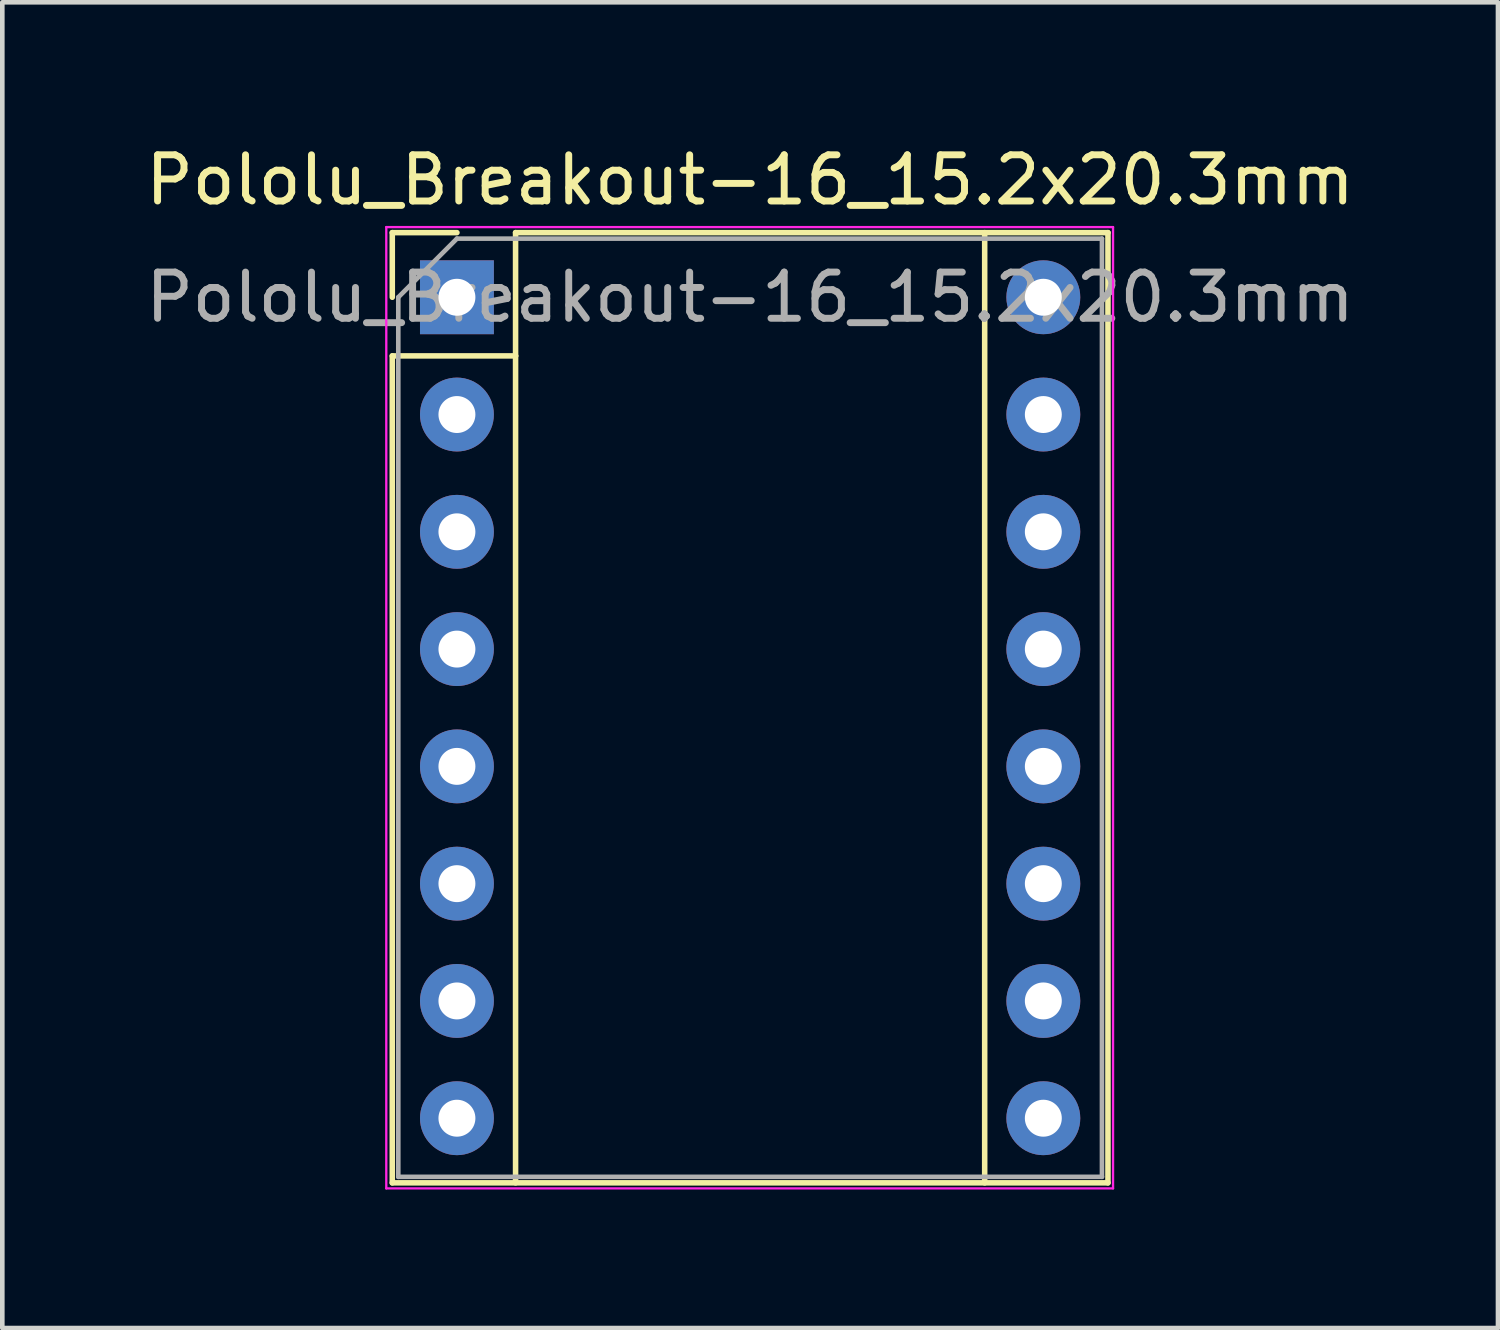
<source format=kicad_pcb>
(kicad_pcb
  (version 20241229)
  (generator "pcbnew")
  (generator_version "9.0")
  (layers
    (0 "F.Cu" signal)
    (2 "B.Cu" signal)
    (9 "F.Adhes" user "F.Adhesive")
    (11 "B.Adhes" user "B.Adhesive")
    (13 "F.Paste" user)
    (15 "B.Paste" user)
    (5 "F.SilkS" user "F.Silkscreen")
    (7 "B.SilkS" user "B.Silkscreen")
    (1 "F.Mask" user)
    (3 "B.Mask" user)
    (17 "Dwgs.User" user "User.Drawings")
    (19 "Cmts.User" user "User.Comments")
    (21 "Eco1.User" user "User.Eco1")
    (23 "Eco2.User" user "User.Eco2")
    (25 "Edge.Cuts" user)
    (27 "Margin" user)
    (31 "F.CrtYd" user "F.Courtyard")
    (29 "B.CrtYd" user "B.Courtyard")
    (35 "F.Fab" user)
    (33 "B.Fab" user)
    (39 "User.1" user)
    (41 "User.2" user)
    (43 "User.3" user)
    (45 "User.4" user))
  (footprint "Pololu_Breakout-16_15.2x20.3mm"
    (layer "F.Cu")
    (at 6.846 3.388)
    (property "Reference" "Pololu_Breakout-16_15.2x20.3mm" (at 6.35 -2.54 0) (layer "F.SilkS") (effects (font (size 1 1) (thickness 0.15))))
    (attr through_hole)
    (fp_line (start -1.4 -1.4) (end -1.4 0) (stroke (width 0.12) (type solid)) (layer "F.SilkS"))
    (fp_line (start -1.4 1.27) (end -1.4 19.18) (stroke (width 0.12) (type solid)) (layer "F.SilkS"))
    (fp_line (start -1.4 19.18) (end 14.1 19.18) (stroke (width 0.12) (type solid)) (layer "F.SilkS"))
    (fp_line (start 0 -1.4) (end -1.4 -1.4) (stroke (width 0.12) (type solid)) (layer "F.SilkS"))
    (fp_line (start 1.27 -1.4) (end 1.27 1.27) (stroke (width 0.12) (type solid)) (layer "F.SilkS"))
    (fp_line (start 1.27 1.27) (end -1.4 1.27) (stroke (width 0.12) (type solid)) (layer "F.SilkS"))
    (fp_line (start 1.27 1.27) (end 1.27 19.18) (stroke (width 0.12) (type solid)) (layer "F.SilkS"))
    (fp_line (start 11.43 -1.4) (end 11.43 19.18) (stroke (width 0.12) (type solid)) (layer "F.SilkS"))
    (fp_line (start 14.1 -1.4) (end 1.27 -1.4) (stroke (width 0.12) (type solid)) (layer "F.SilkS"))
    (fp_line (start 14.1 19.18) (end 14.1 -1.4) (stroke (width 0.12) (type solid)) (layer "F.SilkS"))
    (fp_line (start -1.53 -1.52) (end -1.53 19.3) (stroke (width 0.05) (type solid)) (layer "F.CrtYd"))
    (fp_line (start -1.53 -1.52) (end 14.21 -1.52) (stroke (width 0.05) (type solid)) (layer "F.CrtYd"))
    (fp_line (start 14.21 19.3) (end -1.53 19.3) (stroke (width 0.05) (type solid)) (layer "F.CrtYd"))
    (fp_line (start 14.21 19.3) (end 14.21 -1.52) (stroke (width 0.05) (type solid)) (layer "F.CrtYd"))
    (fp_line (start -1.27 0) (end 0 -1.27) (stroke (width 0.1) (type solid)) (layer "F.Fab"))
    (fp_line (start -1.27 19.05) (end -1.27 0) (stroke (width 0.1) (type solid)) (layer "F.Fab"))
    (fp_line (start 0 -1.27) (end 13.97 -1.27) (stroke (width 0.1) (type solid)) (layer "F.Fab"))
    (fp_line (start 13.97 -1.27) (end 13.97 19.05) (stroke (width 0.1) (type solid)) (layer "F.Fab"))
    (fp_line (start 13.97 19.05) (end -1.27 19.05) (stroke (width 0.1) (type solid)) (layer "F.Fab"))
    (fp_text user "${REFERENCE}" (at 6.35 0 0) (layer "F.Fab") (effects (font (size 1 1) (thickness 0.15))))
    (pad "1" thru_hole rect (at 0 0) (size 1.6 1.6) (drill 0.8) (layers "*.Cu" "*.Mask"))
    (pad "2" thru_hole oval (at 0 2.54) (size 1.6 1.6) (drill 0.8) (layers "*.Cu" "*.Mask"))
    (pad "3" thru_hole oval (at 0 5.08) (size 1.6 1.6) (drill 0.8) (layers "*.Cu" "*.Mask"))
    (pad "4" thru_hole oval (at 0 7.62) (size 1.6 1.6) (drill 0.8) (layers "*.Cu" "*.Mask"))
    (pad "5" thru_hole oval (at 0 10.16) (size 1.6 1.6) (drill 0.8) (layers "*.Cu" "*.Mask"))
    (pad "6" thru_hole oval (at 0 12.7) (size 1.6 1.6) (drill 0.8) (layers "*.Cu" "*.Mask"))
    (pad "7" thru_hole oval (at 0 15.24) (size 1.6 1.6) (drill 0.8) (layers "*.Cu" "*.Mask"))
    (pad "8" thru_hole oval (at 0 17.78) (size 1.6 1.6) (drill 0.8) (layers "*.Cu" "*.Mask"))
    (pad "9" thru_hole oval (at 12.7 17.78) (size 1.6 1.6) (drill 0.8) (layers "*.Cu" "*.Mask"))
    (pad "10" thru_hole oval (at 12.7 15.24) (size 1.6 1.6) (drill 0.8) (layers "*.Cu" "*.Mask"))
    (pad "11" thru_hole oval (at 12.7 12.7) (size 1.6 1.6) (drill 0.8) (layers "*.Cu" "*.Mask"))
    (pad "12" thru_hole oval (at 12.7 10.16) (size 1.6 1.6) (drill 0.8) (layers "*.Cu" "*.Mask"))
    (pad "13" thru_hole oval (at 12.7 7.62) (size 1.6 1.6) (drill 0.8) (layers "*.Cu" "*.Mask"))
    (pad "14" thru_hole oval (at 12.7 5.08) (size 1.6 1.6) (drill 0.8) (layers "*.Cu" "*.Mask"))
    (pad "15" thru_hole oval (at 12.7 2.54) (size 1.6 1.6) (drill 0.8) (layers "*.Cu" "*.Mask"))
    (pad "16" thru_hole oval (at 12.7 0) (size 1.6 1.6) (drill 0.8) (layers "*.Cu" "*.Mask")))
  (gr_rect
    (start -3 -3)
    (end 29.393 25.713)
    (stroke (width 0.1) (type default))
    (fill no)
    (layer "Edge.Cuts")))
</source>
